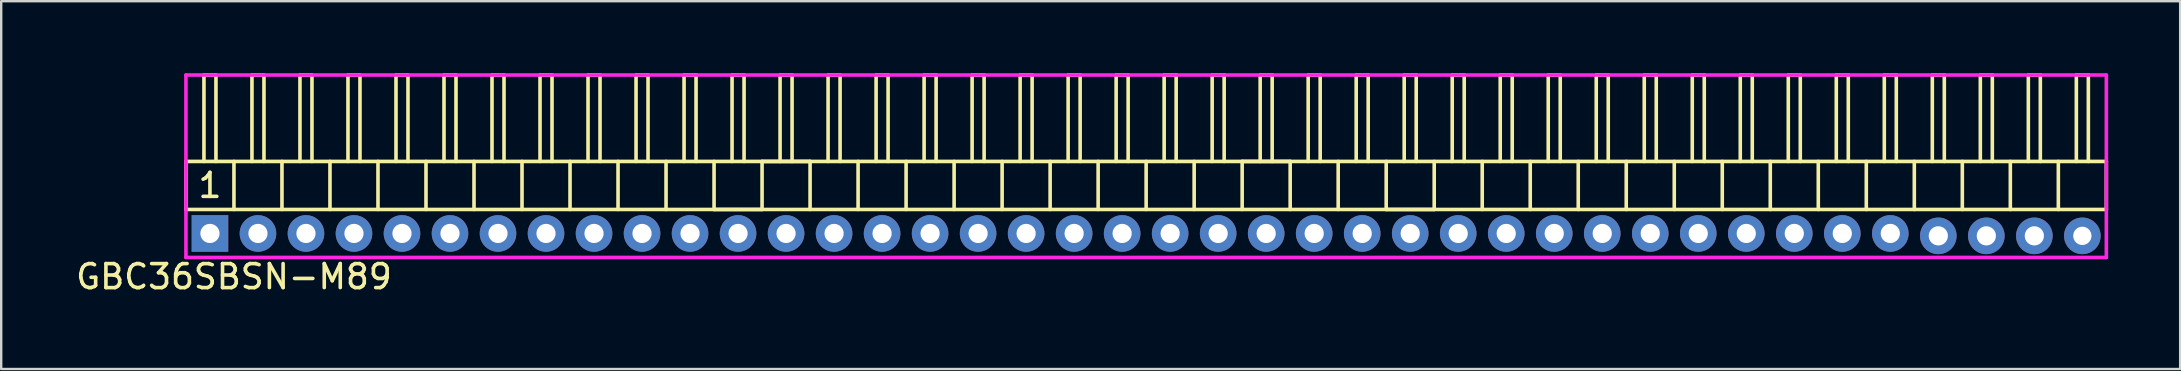
<source format=kicad_pcb>
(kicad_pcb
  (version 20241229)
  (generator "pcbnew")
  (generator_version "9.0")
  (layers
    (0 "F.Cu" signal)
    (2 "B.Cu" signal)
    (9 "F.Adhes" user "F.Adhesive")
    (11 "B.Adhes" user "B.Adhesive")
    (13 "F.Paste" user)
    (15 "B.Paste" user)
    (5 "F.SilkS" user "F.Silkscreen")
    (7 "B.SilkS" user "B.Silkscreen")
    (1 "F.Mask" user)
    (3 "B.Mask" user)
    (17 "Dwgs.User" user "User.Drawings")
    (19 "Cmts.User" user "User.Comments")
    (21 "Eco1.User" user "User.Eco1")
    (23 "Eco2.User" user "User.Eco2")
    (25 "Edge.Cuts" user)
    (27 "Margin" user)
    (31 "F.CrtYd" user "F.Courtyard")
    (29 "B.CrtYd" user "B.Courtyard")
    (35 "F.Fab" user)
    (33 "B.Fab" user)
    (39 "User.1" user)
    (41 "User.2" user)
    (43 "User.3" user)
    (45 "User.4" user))
  (footprint "GBC36SBSN-M89"
    (layer "F.Cu")
    (at 5.696 6.675)
    (property "Reference" "GBC36SBSN-M89" (at 1 1.8 0) (layer "F.SilkS") (effects (font (size 1 1) (thickness 0.15))))
    (attr through_hole)
    (fp_line (start -1 -3) (end -1 -1) (stroke (width 0.15) (type solid)) (layer "F.SilkS"))
    (fp_line (start -1 -1) (end 79 -1) (stroke (width 0.15) (type solid)) (layer "F.SilkS"))
    (fp_line (start -0.25 -3) (end -0.25 -6.6) (stroke (width 0.15) (type solid)) (layer "F.SilkS"))
    (fp_line (start 0.25 -6.6) (end -0.25 -6.6) (stroke (width 0.15) (type solid)) (layer "F.SilkS"))
    (fp_line (start 0.25 -3) (end 0.25 -6.6) (stroke (width 0.15) (type solid)) (layer "F.SilkS"))
    (fp_line (start 1 -3) (end 1 -1) (stroke (width 0.15) (type solid)) (layer "F.SilkS"))
    (fp_line (start 1.75 -3) (end 1.75 -6.6) (stroke (width 0.15) (type solid)) (layer "F.SilkS"))
    (fp_line (start 2.25 -6.6) (end 1.75 -6.6) (stroke (width 0.15) (type solid)) (layer "F.SilkS"))
    (fp_line (start 2.25 -3) (end 2.25 -6.6) (stroke (width 0.15) (type solid)) (layer "F.SilkS"))
    (fp_line (start 3 -1) (end 3 -3) (stroke (width 0.15) (type solid)) (layer "F.SilkS"))
    (fp_line (start 3.75 -3) (end 3.75 -6.6) (stroke (width 0.15) (type solid)) (layer "F.SilkS"))
    (fp_line (start 4.25 -6.6) (end 3.75 -6.6) (stroke (width 0.15) (type solid)) (layer "F.SilkS"))
    (fp_line (start 4.25 -3) (end 4.25 -6.6) (stroke (width 0.15) (type solid)) (layer "F.SilkS"))
    (fp_line (start 5 -3) (end 5 -1) (stroke (width 0.15) (type solid)) (layer "F.SilkS"))
    (fp_line (start 5.75 -3) (end 5.75 -6.6) (stroke (width 0.15) (type solid)) (layer "F.SilkS"))
    (fp_line (start 6.25 -6.6) (end 5.75 -6.6) (stroke (width 0.15) (type solid)) (layer "F.SilkS"))
    (fp_line (start 6.25 -3) (end 6.25 -6.6) (stroke (width 0.15) (type solid)) (layer "F.SilkS"))
    (fp_line (start 7 -1) (end 7 -3) (stroke (width 0.15) (type solid)) (layer "F.SilkS"))
    (fp_line (start 7.75 -3) (end 7.75 -6.6) (stroke (width 0.15) (type solid)) (layer "F.SilkS"))
    (fp_line (start 8.25 -6.6) (end 7.75 -6.6) (stroke (width 0.15) (type solid)) (layer "F.SilkS"))
    (fp_line (start 8.25 -3) (end 8.25 -6.6) (stroke (width 0.15) (type solid)) (layer "F.SilkS"))
    (fp_line (start 9 -1) (end 9 -3) (stroke (width 0.15) (type solid)) (layer "F.SilkS"))
    (fp_line (start 9.75 -3) (end 9.75 -6.6) (stroke (width 0.15) (type solid)) (layer "F.SilkS"))
    (fp_line (start 10.25 -6.6) (end 9.75 -6.6) (stroke (width 0.15) (type solid)) (layer "F.SilkS"))
    (fp_line (start 10.25 -3) (end 10.25 -6.6) (stroke (width 0.15) (type solid)) (layer "F.SilkS"))
    (fp_line (start 11 -3) (end 11 -1) (stroke (width 0.15) (type solid)) (layer "F.SilkS"))
    (fp_line (start 11.75 -3) (end 11.75 -6.6) (stroke (width 0.15) (type solid)) (layer "F.SilkS"))
    (fp_line (start 12.25 -6.6) (end 11.75 -6.6) (stroke (width 0.15) (type solid)) (layer "F.SilkS"))
    (fp_line (start 12.25 -3) (end 12.25 -6.6) (stroke (width 0.15) (type solid)) (layer "F.SilkS"))
    (fp_line (start 13 -1) (end 13 -3) (stroke (width 0.15) (type solid)) (layer "F.SilkS"))
    (fp_line (start 13.75 -3) (end 13.75 -6.6) (stroke (width 0.15) (type solid)) (layer "F.SilkS"))
    (fp_line (start 14.25 -6.6) (end 13.75 -6.6) (stroke (width 0.15) (type solid)) (layer "F.SilkS"))
    (fp_line (start 14.25 -3) (end 14.25 -6.6) (stroke (width 0.15) (type solid)) (layer "F.SilkS"))
    (fp_line (start 15 -3) (end 15 -1) (stroke (width 0.15) (type solid)) (layer "F.SilkS"))
    (fp_line (start 15.75 -3) (end 15.75 -6.6) (stroke (width 0.15) (type solid)) (layer "F.SilkS"))
    (fp_line (start 16.25 -6.6) (end 15.75 -6.6) (stroke (width 0.15) (type solid)) (layer "F.SilkS"))
    (fp_line (start 16.25 -3) (end 16.25 -6.6) (stroke (width 0.15) (type solid)) (layer "F.SilkS"))
    (fp_line (start 17 -1) (end 17 -3) (stroke (width 0.15) (type solid)) (layer "F.SilkS"))
    (fp_line (start 17.75 -3) (end 17.75 -6.6) (stroke (width 0.15) (type solid)) (layer "F.SilkS"))
    (fp_line (start 18.25 -6.6) (end 17.75 -6.6) (stroke (width 0.15) (type solid)) (layer "F.SilkS"))
    (fp_line (start 18.25 -3) (end 18.25 -6.6) (stroke (width 0.15) (type solid)) (layer "F.SilkS"))
    (fp_line (start 19 -1) (end 19 -3) (stroke (width 0.15) (type solid)) (layer "F.SilkS"))
    (fp_line (start 19.75 -3) (end 19.75 -6.6) (stroke (width 0.15) (type solid)) (layer "F.SilkS"))
    (fp_line (start 20.25 -6.6) (end 19.75 -6.6) (stroke (width 0.15) (type solid)) (layer "F.SilkS"))
    (fp_line (start 20.25 -3) (end 20.25 -6.6) (stroke (width 0.15) (type solid)) (layer "F.SilkS"))
    (fp_line (start 21 -3) (end 21 -1) (stroke (width 0.15) (type solid)) (layer "F.SilkS"))
    (fp_line (start 21 -1) (end 23 -1) (stroke (width 0.15) (type solid)) (layer "F.SilkS"))
    (fp_line (start 21.75 -3) (end 21.75 -6.6) (stroke (width 0.15) (type solid)) (layer "F.SilkS"))
    (fp_line (start 22.25 -6.6) (end 21.75 -6.6) (stroke (width 0.15) (type solid)) (layer "F.SilkS"))
    (fp_line (start 22.25 -3) (end 22.25 -6.6) (stroke (width 0.15) (type solid)) (layer "F.SilkS"))
    (fp_line (start 23 -3) (end 25 -3) (stroke (width 0.15) (type solid)) (layer "F.SilkS"))
    (fp_line (start 23 -1) (end 23 -3) (stroke (width 0.15) (type solid)) (layer "F.SilkS"))
    (fp_line (start 23.75 -3) (end 23.75 -6.6) (stroke (width 0.15) (type solid)) (layer "F.SilkS"))
    (fp_line (start 24.25 -6.6) (end 23.75 -6.6) (stroke (width 0.15) (type solid)) (layer "F.SilkS"))
    (fp_line (start 24.25 -3) (end 24.25 -6.6) (stroke (width 0.15) (type solid)) (layer "F.SilkS"))
    (fp_line (start 25 -3) (end 25 -1) (stroke (width 0.15) (type solid)) (layer "F.SilkS"))
    (fp_line (start 25.75 -3) (end 25.75 -6.6) (stroke (width 0.15) (type solid)) (layer "F.SilkS"))
    (fp_line (start 26.25 -6.6) (end 25.75 -6.6) (stroke (width 0.15) (type solid)) (layer "F.SilkS"))
    (fp_line (start 26.25 -3) (end 26.25 -6.6) (stroke (width 0.15) (type solid)) (layer "F.SilkS"))
    (fp_line (start 27 -3) (end 27 -1) (stroke (width 0.15) (type solid)) (layer "F.SilkS"))
    (fp_line (start 27.75 -3) (end 27.75 -6.6) (stroke (width 0.15) (type solid)) (layer "F.SilkS"))
    (fp_line (start 28.25 -6.6) (end 27.75 -6.6) (stroke (width 0.15) (type solid)) (layer "F.SilkS"))
    (fp_line (start 28.25 -3) (end 28.25 -6.6) (stroke (width 0.15) (type solid)) (layer "F.SilkS"))
    (fp_line (start 29 -1) (end 29 -3) (stroke (width 0.15) (type solid)) (layer "F.SilkS"))
    (fp_line (start 29.75 -3) (end 29.75 -6.6) (stroke (width 0.15) (type solid)) (layer "F.SilkS"))
    (fp_line (start 30.25 -6.6) (end 29.75 -6.6) (stroke (width 0.15) (type solid)) (layer "F.SilkS"))
    (fp_line (start 30.25 -3) (end 30.25 -6.6) (stroke (width 0.15) (type solid)) (layer "F.SilkS"))
    (fp_line (start 31 -1) (end 31 -3) (stroke (width 0.15) (type solid)) (layer "F.SilkS"))
    (fp_line (start 31.75 -3) (end 31.75 -6.6) (stroke (width 0.15) (type solid)) (layer "F.SilkS"))
    (fp_line (start 32.25 -6.6) (end 31.75 -6.6) (stroke (width 0.15) (type solid)) (layer "F.SilkS"))
    (fp_line (start 32.25 -3) (end 32.25 -6.6) (stroke (width 0.15) (type solid)) (layer "F.SilkS"))
    (fp_line (start 33 -1) (end 33 -3) (stroke (width 0.15) (type solid)) (layer "F.SilkS"))
    (fp_line (start 33.75 -3) (end 33.75 -6.6) (stroke (width 0.15) (type solid)) (layer "F.SilkS"))
    (fp_line (start 34.25 -6.6) (end 33.75 -6.6) (stroke (width 0.15) (type solid)) (layer "F.SilkS"))
    (fp_line (start 34.25 -3) (end 34.25 -6.6) (stroke (width 0.15) (type solid)) (layer "F.SilkS"))
    (fp_line (start 35 -1) (end 35 -3) (stroke (width 0.15) (type solid)) (layer "F.SilkS"))
    (fp_line (start 35.75 -3) (end 35.75 -6.6) (stroke (width 0.15) (type solid)) (layer "F.SilkS"))
    (fp_line (start 36.25 -6.6) (end 35.75 -6.6) (stroke (width 0.15) (type solid)) (layer "F.SilkS"))
    (fp_line (start 36.25 -3) (end 36.25 -6.6) (stroke (width 0.15) (type solid)) (layer "F.SilkS"))
    (fp_line (start 37 -1) (end 37 -3) (stroke (width 0.15) (type solid)) (layer "F.SilkS"))
    (fp_line (start 37.75 -3) (end 37.75 -6.6) (stroke (width 0.15) (type solid)) (layer "F.SilkS"))
    (fp_line (start 38.25 -6.6) (end 37.75 -6.6) (stroke (width 0.15) (type solid)) (layer "F.SilkS"))
    (fp_line (start 38.25 -3) (end 38.25 -6.6) (stroke (width 0.15) (type solid)) (layer "F.SilkS"))
    (fp_line (start 39 -3) (end 39 -1) (stroke (width 0.15) (type solid)) (layer "F.SilkS"))
    (fp_line (start 39.75 -3) (end 39.75 -6.6) (stroke (width 0.15) (type solid)) (layer "F.SilkS"))
    (fp_line (start 40.25 -6.6) (end 39.75 -6.6) (stroke (width 0.15) (type solid)) (layer "F.SilkS"))
    (fp_line (start 40.25 -3) (end 40.25 -6.6) (stroke (width 0.15) (type solid)) (layer "F.SilkS"))
    (fp_line (start 41 -1) (end 41 -3) (stroke (width 0.15) (type solid)) (layer "F.SilkS"))
    (fp_line (start 41.75 -3) (end 41.75 -6.6) (stroke (width 0.15) (type solid)) (layer "F.SilkS"))
    (fp_line (start 42.25 -6.6) (end 41.75 -6.6) (stroke (width 0.15) (type solid)) (layer "F.SilkS"))
    (fp_line (start 42.25 -3) (end 42.25 -6.6) (stroke (width 0.15) (type solid)) (layer "F.SilkS"))
    (fp_line (start 43 -3) (end 45 -3) (stroke (width 0.15) (type solid)) (layer "F.SilkS"))
    (fp_line (start 43 -1) (end 43 -3) (stroke (width 0.15) (type solid)) (layer "F.SilkS"))
    (fp_line (start 43.75 -3) (end 43.75 -6.6) (stroke (width 0.15) (type solid)) (layer "F.SilkS"))
    (fp_line (start 44.25 -6.6) (end 43.75 -6.6) (stroke (width 0.15) (type solid)) (layer "F.SilkS"))
    (fp_line (start 44.25 -3) (end 44.25 -6.6) (stroke (width 0.15) (type solid)) (layer "F.SilkS"))
    (fp_line (start 45 -3) (end 45 -1) (stroke (width 0.15) (type solid)) (layer "F.SilkS"))
    (fp_line (start 45.75 -3) (end 45.75 -6.6) (stroke (width 0.15) (type solid)) (layer "F.SilkS"))
    (fp_line (start 46.25 -6.6) (end 45.75 -6.6) (stroke (width 0.15) (type solid)) (layer "F.SilkS"))
    (fp_line (start 46.25 -3) (end 46.25 -6.6) (stroke (width 0.15) (type solid)) (layer "F.SilkS"))
    (fp_line (start 47 -1) (end 47 -3) (stroke (width 0.15) (type solid)) (layer "F.SilkS"))
    (fp_line (start 47.75 -3) (end 47.75 -6.6) (stroke (width 0.15) (type solid)) (layer "F.SilkS"))
    (fp_line (start 48.25 -6.6) (end 47.75 -6.6) (stroke (width 0.15) (type solid)) (layer "F.SilkS"))
    (fp_line (start 48.25 -3) (end 48.25 -6.6) (stroke (width 0.15) (type solid)) (layer "F.SilkS"))
    (fp_line (start 49 -3) (end 49 -1) (stroke (width 0.15) (type solid)) (layer "F.SilkS"))
    (fp_line (start 49 -1) (end 51 -1) (stroke (width 0.15) (type solid)) (layer "F.SilkS"))
    (fp_line (start 49.75 -3) (end 49.75 -6.6) (stroke (width 0.15) (type solid)) (layer "F.SilkS"))
    (fp_line (start 50.25 -6.6) (end 49.75 -6.6) (stroke (width 0.15) (type solid)) (layer "F.SilkS"))
    (fp_line (start 50.25 -3) (end 50.25 -6.6) (stroke (width 0.15) (type solid)) (layer "F.SilkS"))
    (fp_line (start 51 -3) (end 51 -1) (stroke (width 0.15) (type solid)) (layer "F.SilkS"))
    (fp_line (start 51.75 -3) (end 51.75 -6.6) (stroke (width 0.15) (type solid)) (layer "F.SilkS"))
    (fp_line (start 52.25 -6.6) (end 51.75 -6.6) (stroke (width 0.15) (type solid)) (layer "F.SilkS"))
    (fp_line (start 52.25 -3) (end 52.25 -6.6) (stroke (width 0.15) (type solid)) (layer "F.SilkS"))
    (fp_line (start 53 -1) (end 53 -3) (stroke (width 0.15) (type solid)) (layer "F.SilkS"))
    (fp_line (start 53.75 -3) (end 53.75 -6.6) (stroke (width 0.15) (type solid)) (layer "F.SilkS"))
    (fp_line (start 54.25 -6.6) (end 53.75 -6.6) (stroke (width 0.15) (type solid)) (layer "F.SilkS"))
    (fp_line (start 54.25 -3) (end 54.25 -6.6) (stroke (width 0.15) (type solid)) (layer "F.SilkS"))
    (fp_line (start 55 -3) (end 55 -1) (stroke (width 0.15) (type solid)) (layer "F.SilkS"))
    (fp_line (start 55.75 -3) (end 55.75 -6.6) (stroke (width 0.15) (type solid)) (layer "F.SilkS"))
    (fp_line (start 56.25 -6.6) (end 55.75 -6.6) (stroke (width 0.15) (type solid)) (layer "F.SilkS"))
    (fp_line (start 56.25 -3) (end 56.25 -6.6) (stroke (width 0.15) (type solid)) (layer "F.SilkS"))
    (fp_line (start 57 -3) (end 57 -1) (stroke (width 0.15) (type solid)) (layer "F.SilkS"))
    (fp_line (start 57.75 -3) (end 57.75 -6.6) (stroke (width 0.15) (type solid)) (layer "F.SilkS"))
    (fp_line (start 58.25 -6.6) (end 57.75 -6.6) (stroke (width 0.15) (type solid)) (layer "F.SilkS"))
    (fp_line (start 58.25 -3) (end 58.25 -6.6) (stroke (width 0.15) (type solid)) (layer "F.SilkS"))
    (fp_line (start 59 -3) (end 59 -1) (stroke (width 0.15) (type solid)) (layer "F.SilkS"))
    (fp_line (start 59.75 -3) (end 59.75 -6.6) (stroke (width 0.15) (type solid)) (layer "F.SilkS"))
    (fp_line (start 60.25 -6.6) (end 59.75 -6.6) (stroke (width 0.15) (type solid)) (layer "F.SilkS"))
    (fp_line (start 60.25 -3) (end 60.25 -6.6) (stroke (width 0.15) (type solid)) (layer "F.SilkS"))
    (fp_line (start 61 -1) (end 61 -3) (stroke (width 0.15) (type solid)) (layer "F.SilkS"))
    (fp_line (start 61.75 -3) (end 61.75 -6.6) (stroke (width 0.15) (type solid)) (layer "F.SilkS"))
    (fp_line (start 62.25 -6.6) (end 61.75 -6.6) (stroke (width 0.15) (type solid)) (layer "F.SilkS"))
    (fp_line (start 62.25 -3) (end 62.25 -6.6) (stroke (width 0.15) (type solid)) (layer "F.SilkS"))
    (fp_line (start 63 -1) (end 63 -3) (stroke (width 0.15) (type solid)) (layer "F.SilkS"))
    (fp_line (start 63.75 -3) (end 63.75 -6.6) (stroke (width 0.15) (type solid)) (layer "F.SilkS"))
    (fp_line (start 64.25 -6.6) (end 63.75 -6.6) (stroke (width 0.15) (type solid)) (layer "F.SilkS"))
    (fp_line (start 64.25 -3) (end 64.25 -6.6) (stroke (width 0.15) (type solid)) (layer "F.SilkS"))
    (fp_line (start 65 -1) (end 65 -3) (stroke (width 0.15) (type solid)) (layer "F.SilkS"))
    (fp_line (start 65.75 -3) (end 65.75 -6.6) (stroke (width 0.15) (type solid)) (layer "F.SilkS"))
    (fp_line (start 66.25 -6.6) (end 65.75 -6.6) (stroke (width 0.15) (type solid)) (layer "F.SilkS"))
    (fp_line (start 66.25 -3) (end 66.25 -6.6) (stroke (width 0.15) (type solid)) (layer "F.SilkS"))
    (fp_line (start 67 -1) (end 67 -3) (stroke (width 0.15) (type solid)) (layer "F.SilkS"))
    (fp_line (start 67.75 -3) (end 67.75 -6.6) (stroke (width 0.15) (type solid)) (layer "F.SilkS"))
    (fp_line (start 68.25 -6.6) (end 67.75 -6.6) (stroke (width 0.15) (type solid)) (layer "F.SilkS"))
    (fp_line (start 68.25 -3) (end 68.25 -6.6) (stroke (width 0.15) (type solid)) (layer "F.SilkS"))
    (fp_line (start 69 -1) (end 69 -3) (stroke (width 0.15) (type solid)) (layer "F.SilkS"))
    (fp_line (start 69.75 -3) (end 69.75 -6.6) (stroke (width 0.15) (type solid)) (layer "F.SilkS"))
    (fp_line (start 70.25 -6.6) (end 69.75 -6.6) (stroke (width 0.15) (type solid)) (layer "F.SilkS"))
    (fp_line (start 70.25 -3) (end 70.25 -6.6) (stroke (width 0.15) (type solid)) (layer "F.SilkS"))
    (fp_line (start 71 -1) (end 71 -3) (stroke (width 0.15) (type solid)) (layer "F.SilkS"))
    (fp_line (start 71.75 -3) (end 71.75 -6.6) (stroke (width 0.15) (type solid)) (layer "F.SilkS"))
    (fp_line (start 72.25 -6.6) (end 71.75 -6.6) (stroke (width 0.15) (type solid)) (layer "F.SilkS"))
    (fp_line (start 72.25 -3) (end 72.25 -6.6) (stroke (width 0.15) (type solid)) (layer "F.SilkS"))
    (fp_line (start 73 -1) (end 73 -3) (stroke (width 0.15) (type solid)) (layer "F.SilkS"))
    (fp_line (start 73.75 -3) (end 73.75 -6.6) (stroke (width 0.15) (type solid)) (layer "F.SilkS"))
    (fp_line (start 74.25 -6.6) (end 73.75 -6.6) (stroke (width 0.15) (type solid)) (layer "F.SilkS"))
    (fp_line (start 74.25 -3) (end 74.25 -6.6) (stroke (width 0.15) (type solid)) (layer "F.SilkS"))
    (fp_line (start 75 -1) (end 75 -3) (stroke (width 0.15) (type solid)) (layer "F.SilkS"))
    (fp_line (start 75.75 -3) (end 75.75 -6.6) (stroke (width 0.15) (type solid)) (layer "F.SilkS"))
    (fp_line (start 76.25 -6.6) (end 75.75 -6.6) (stroke (width 0.15) (type solid)) (layer "F.SilkS"))
    (fp_line (start 76.25 -3) (end 76.25 -6.6) (stroke (width 0.15) (type solid)) (layer "F.SilkS"))
    (fp_line (start 77 -1) (end 77 -3) (stroke (width 0.15) (type solid)) (layer "F.SilkS"))
    (fp_line (start 77.75 -3) (end 77.75 -6.6) (stroke (width 0.15) (type solid)) (layer "F.SilkS"))
    (fp_line (start 78.25 -6.6) (end 77.75 -6.6) (stroke (width 0.15) (type solid)) (layer "F.SilkS"))
    (fp_line (start 78.25 -3) (end 78.25 -6.6) (stroke (width 0.15) (type solid)) (layer "F.SilkS"))
    (fp_line (start 79 -3) (end -1 -3) (stroke (width 0.15) (type solid)) (layer "F.SilkS"))
    (fp_line (start 79 -1) (end 79 -3) (stroke (width 0.15) (type solid)) (layer "F.SilkS"))
    (fp_line (start -1 -6.6) (end -1 1) (stroke (width 0.15) (type solid)) (layer "F.CrtYd"))
    (fp_line (start -1 1) (end 79 1) (stroke (width 0.15) (type solid)) (layer "F.CrtYd"))
    (fp_line (start 79 -6.6) (end -1 -6.6) (stroke (width 0.15) (type solid)) (layer "F.CrtYd"))
    (fp_line (start 79 1) (end 79 -6.6) (stroke (width 0.15) (type solid)) (layer "F.CrtYd"))
    (fp_text user "1" (at 0 -2 0) (layer "F.SilkS") (effects (font (size 1 1) (thickness 0.15))))
    (pad "1" thru_hole rect (at 0 0) (size 1.524 1.524) (drill 0.8) (layers "*.Cu" "*.Mask"))
    (pad "2" thru_hole circle (at 2 0) (size 1.524 1.524) (drill 0.8) (layers "*.Cu" "*.Mask"))
    (pad "3" thru_hole circle (at 4 0) (size 1.524 1.524) (drill 0.8) (layers "*.Cu" "*.Mask"))
    (pad "4" thru_hole circle (at 6 0) (size 1.524 1.524) (drill 0.8) (layers "*.Cu" "*.Mask"))
    (pad "5" thru_hole circle (at 8 0) (size 1.524 1.524) (drill 0.8) (layers "*.Cu" "*.Mask"))
    (pad "6" thru_hole circle (at 10 0) (size 1.524 1.524) (drill 0.8) (layers "*.Cu" "*.Mask"))
    (pad "7" thru_hole circle (at 12 0) (size 1.524 1.524) (drill 0.8) (layers "*.Cu" "*.Mask"))
    (pad "8" thru_hole circle (at 14 0) (size 1.524 1.524) (drill 0.8) (layers "*.Cu" "*.Mask"))
    (pad "9" thru_hole circle (at 16 0) (size 1.524 1.524) (drill 0.8) (layers "*.Cu" "*.Mask"))
    (pad "10" thru_hole circle (at 18 0) (size 1.524 1.524) (drill 0.8) (layers "*.Cu" "*.Mask"))
    (pad "11" thru_hole circle (at 20 0) (size 1.524 1.524) (drill 0.8) (layers "*.Cu" "*.Mask"))
    (pad "12" thru_hole circle (at 22 0) (size 1.524 1.524) (drill 0.8) (layers "*.Cu" "*.Mask"))
    (pad "13" thru_hole circle (at 24 0) (size 1.524 1.524) (drill 0.8) (layers "*.Cu" "*.Mask"))
    (pad "14" thru_hole circle (at 26 0) (size 1.524 1.524) (drill 0.8) (layers "*.Cu" "*.Mask"))
    (pad "15" thru_hole circle (at 28 0) (size 1.524 1.524) (drill 0.8) (layers "*.Cu" "*.Mask"))
    (pad "16" thru_hole circle (at 30 0) (size 1.524 1.524) (drill 0.8) (layers "*.Cu" "*.Mask"))
    (pad "17" thru_hole circle (at 32 0) (size 1.524 1.524) (drill 0.8) (layers "*.Cu" "*.Mask"))
    (pad "18" thru_hole circle (at 34 0) (size 1.524 1.524) (drill 0.8) (layers "*.Cu" "*.Mask"))
    (pad "19" thru_hole circle (at 36 0) (size 1.524 1.524) (drill 0.8) (layers "*.Cu" "*.Mask"))
    (pad "20" thru_hole circle (at 38 0) (size 1.524 1.524) (drill 0.8) (layers "*.Cu" "*.Mask"))
    (pad "21" thru_hole circle (at 40 0) (size 1.524 1.524) (drill 0.8) (layers "*.Cu" "*.Mask"))
    (pad "22" thru_hole circle (at 42 0) (size 1.524 1.524) (drill 0.8) (layers "*.Cu" "*.Mask"))
    (pad "23" thru_hole circle (at 44 0) (size 1.524 1.524) (drill 0.8) (layers "*.Cu" "*.Mask"))
    (pad "24" thru_hole circle (at 46 0) (size 1.524 1.524) (drill 0.8) (layers "*.Cu" "*.Mask"))
    (pad "25" thru_hole circle (at 48 0) (size 1.524 1.524) (drill 0.8) (layers "*.Cu" "*.Mask"))
    (pad "26" thru_hole circle (at 50 0) (size 1.524 1.524) (drill 0.8) (layers "*.Cu" "*.Mask"))
    (pad "27" thru_hole circle (at 52 0) (size 1.524 1.524) (drill 0.8) (layers "*.Cu" "*.Mask"))
    (pad "28" thru_hole circle (at 54 0) (size 1.524 1.524) (drill 0.8) (layers "*.Cu" "*.Mask"))
    (pad "29" thru_hole circle (at 56 0) (size 1.524 1.524) (drill 0.8) (layers "*.Cu" "*.Mask"))
    (pad "30" thru_hole circle (at 58 0) (size 1.524 1.524) (drill 0.8) (layers "*.Cu" "*.Mask"))
    (pad "31" thru_hole circle (at 60 0) (size 1.524 1.524) (drill 0.8) (layers "*.Cu" "*.Mask"))
    (pad "32" thru_hole circle (at 62 0) (size 1.524 1.524) (drill 0.8) (layers "*.Cu" "*.Mask"))
    (pad "33" thru_hole circle (at 64 0) (size 1.524 1.524) (drill 0.8) (layers "*.Cu" "*.Mask"))
    (pad "34" thru_hole circle (at 66 0) (size 1.524 1.524) (drill 0.8) (layers "*.Cu" "*.Mask"))
    (pad "35" thru_hole circle (at 68 0) (size 1.524 1.524) (drill 0.8) (layers "*.Cu" "*.Mask"))
    (pad "36" thru_hole circle (at 70 0) (size 1.524 1.524) (drill 0.8) (layers "*.Cu" "*.Mask"))
    (pad "37" thru_hole circle (at 72 0.1) (size 1.524 1.524) (drill 0.8) (layers "*.Cu" "*.Mask"))
    (pad "38" thru_hole circle (at 74 0.1) (size 1.524 1.524) (drill 0.8) (layers "*.Cu" "*.Mask"))
    (pad "39" thru_hole circle (at 76 0.1) (size 1.524 1.524) (drill 0.8) (layers "*.Cu" "*.Mask"))
    (pad "40" thru_hole circle (at 78 0.1) (size 1.524 1.524) (drill 0.762) (layers "*.Cu" "*.Mask")))
  (gr_rect
    (start -3 -3)
    (end 87.771 12.323)
    (stroke (width 0.1) (type default))
    (fill no)
    (layer "Edge.Cuts")))
</source>
